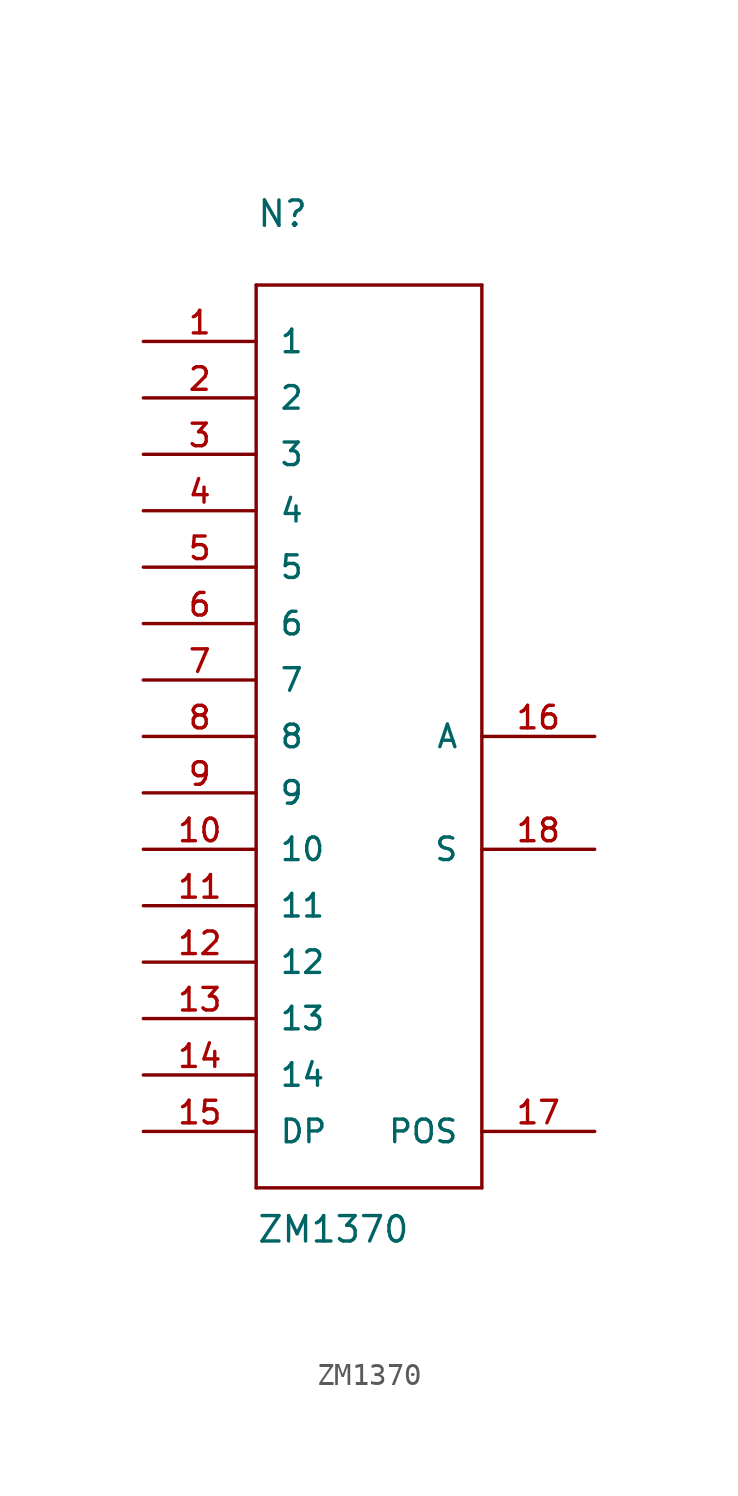
<source format=kicad_sym>
(kicad_symbol_lib
  (version 20241209)
  (generator "kicad_symbol_editor")
  (generator_version "9.0")
  (symbol "ZM1370"
    (pin_names
      (offset 1.016))
    (property "Reference" "N"
      (at -5.08 22.86 0)
      (effects (font (size 1.143 1.143)) (justify left bottom)))
    (property "Value" "ZM1370"
      (at -5.08 -22.86 0)
      (effects (font (size 1.143 1.143)) (justify left bottom)))
    (property "ki_locked" ""
      (at 0 0 0)
      (effects (font (size 1.27 1.27))))
    (symbol "ZM1370_1_0"
      (polyline (pts (xy -5.08 20.32) (xy -5.08 -20.32)) (stroke (width 0) (type solid)) (fill (type none)))
      (polyline (pts (xy -5.08 -20.32) (xy 5.08 -20.32)) (stroke (width 0) (type solid)) (fill (type none)))
      (polyline (pts (xy 5.08 20.32) (xy -5.08 20.32)) (stroke (width 0) (type solid)) (fill (type none)))
      (polyline (pts (xy 5.08 -20.32) (xy 5.08 20.32)) (stroke (width 0) (type solid)) (fill (type none))))
    (symbol "ZM1370_1_1"
      (pin passive line (at -10.16 17.78 0) (length 5.08) (name "1" (effects (font (size 1.016 1.016)))) (number "1" (effects (font (size 1.016 1.016)))))
      (pin passive line (at -10.16 15.24 0) (length 5.08) (name "2" (effects (font (size 1.016 1.016)))) (number "2" (effects (font (size 1.016 1.016)))))
      (pin passive line (at -10.16 12.7 0) (length 5.08) (name "3" (effects (font (size 1.016 1.016)))) (number "3" (effects (font (size 1.016 1.016)))))
      (pin passive line (at -10.16 10.16 0) (length 5.08) (name "4" (effects (font (size 1.016 1.016)))) (number "4" (effects (font (size 1.016 1.016)))))
      (pin passive line (at -10.16 7.62 0) (length 5.08) (name "5" (effects (font (size 1.016 1.016)))) (number "5" (effects (font (size 1.016 1.016)))))
      (pin passive line (at -10.16 5.08 0) (length 5.08) (name "6" (effects (font (size 1.016 1.016)))) (number "6" (effects (font (size 1.016 1.016)))))
      (pin passive line (at -10.16 2.54 0) (length 5.08) (name "7" (effects (font (size 1.016 1.016)))) (number "7" (effects (font (size 1.016 1.016)))))
      (pin passive line (at -10.16 0 0) (length 5.08) (name "8" (effects (font (size 1.016 1.016)))) (number "8" (effects (font (size 1.016 1.016)))))
      (pin passive line (at -10.16 -2.54 0) (length 5.08) (name "9" (effects (font (size 1.016 1.016)))) (number "9" (effects (font (size 1.016 1.016)))))
      (pin passive line (at -10.16 -5.08 0) (length 5.08) (name "10" (effects (font (size 1.016 1.016)))) (number "10" (effects (font (size 1.016 1.016)))))
      (pin passive line (at -10.16 -7.62 0) (length 5.08) (name "11" (effects (font (size 1.016 1.016)))) (number "11" (effects (font (size 1.016 1.016)))))
      (pin passive line (at -10.16 -10.16 0) (length 5.08) (name "12" (effects (font (size 1.016 1.016)))) (number "12" (effects (font (size 1.016 1.016)))))
      (pin passive line (at -10.16 -12.7 0) (length 5.08) (name "13" (effects (font (size 1.016 1.016)))) (number "13" (effects (font (size 1.016 1.016)))))
      (pin passive line (at -10.16 -15.24 0) (length 5.08) (name "14" (effects (font (size 1.016 1.016)))) (number "14" (effects (font (size 1.016 1.016)))))
      (pin passive line (at -10.16 -17.78 0) (length 5.08) (name "DP" (effects (font (size 1.016 1.016)))) (number "15" (effects (font (size 1.016 1.016)))))
      (pin passive line (at 10.16 0 180) (length 5.08) (name "A" (effects (font (size 1.016 1.016)))) (number "16" (effects (font (size 1.016 1.016)))))
      (pin passive line (at 10.16 -5.08 180) (length 5.08) (name "S" (effects (font (size 1.016 1.016)))) (number "18" (effects (font (size 1.016 1.016)))))
      (pin passive line (at 10.16 -17.78 180) (length 5.08) (name "POS" (effects (font (size 1.016 1.016)))) (number "17" (effects (font (size 1.016 1.016))))))))
</source>
